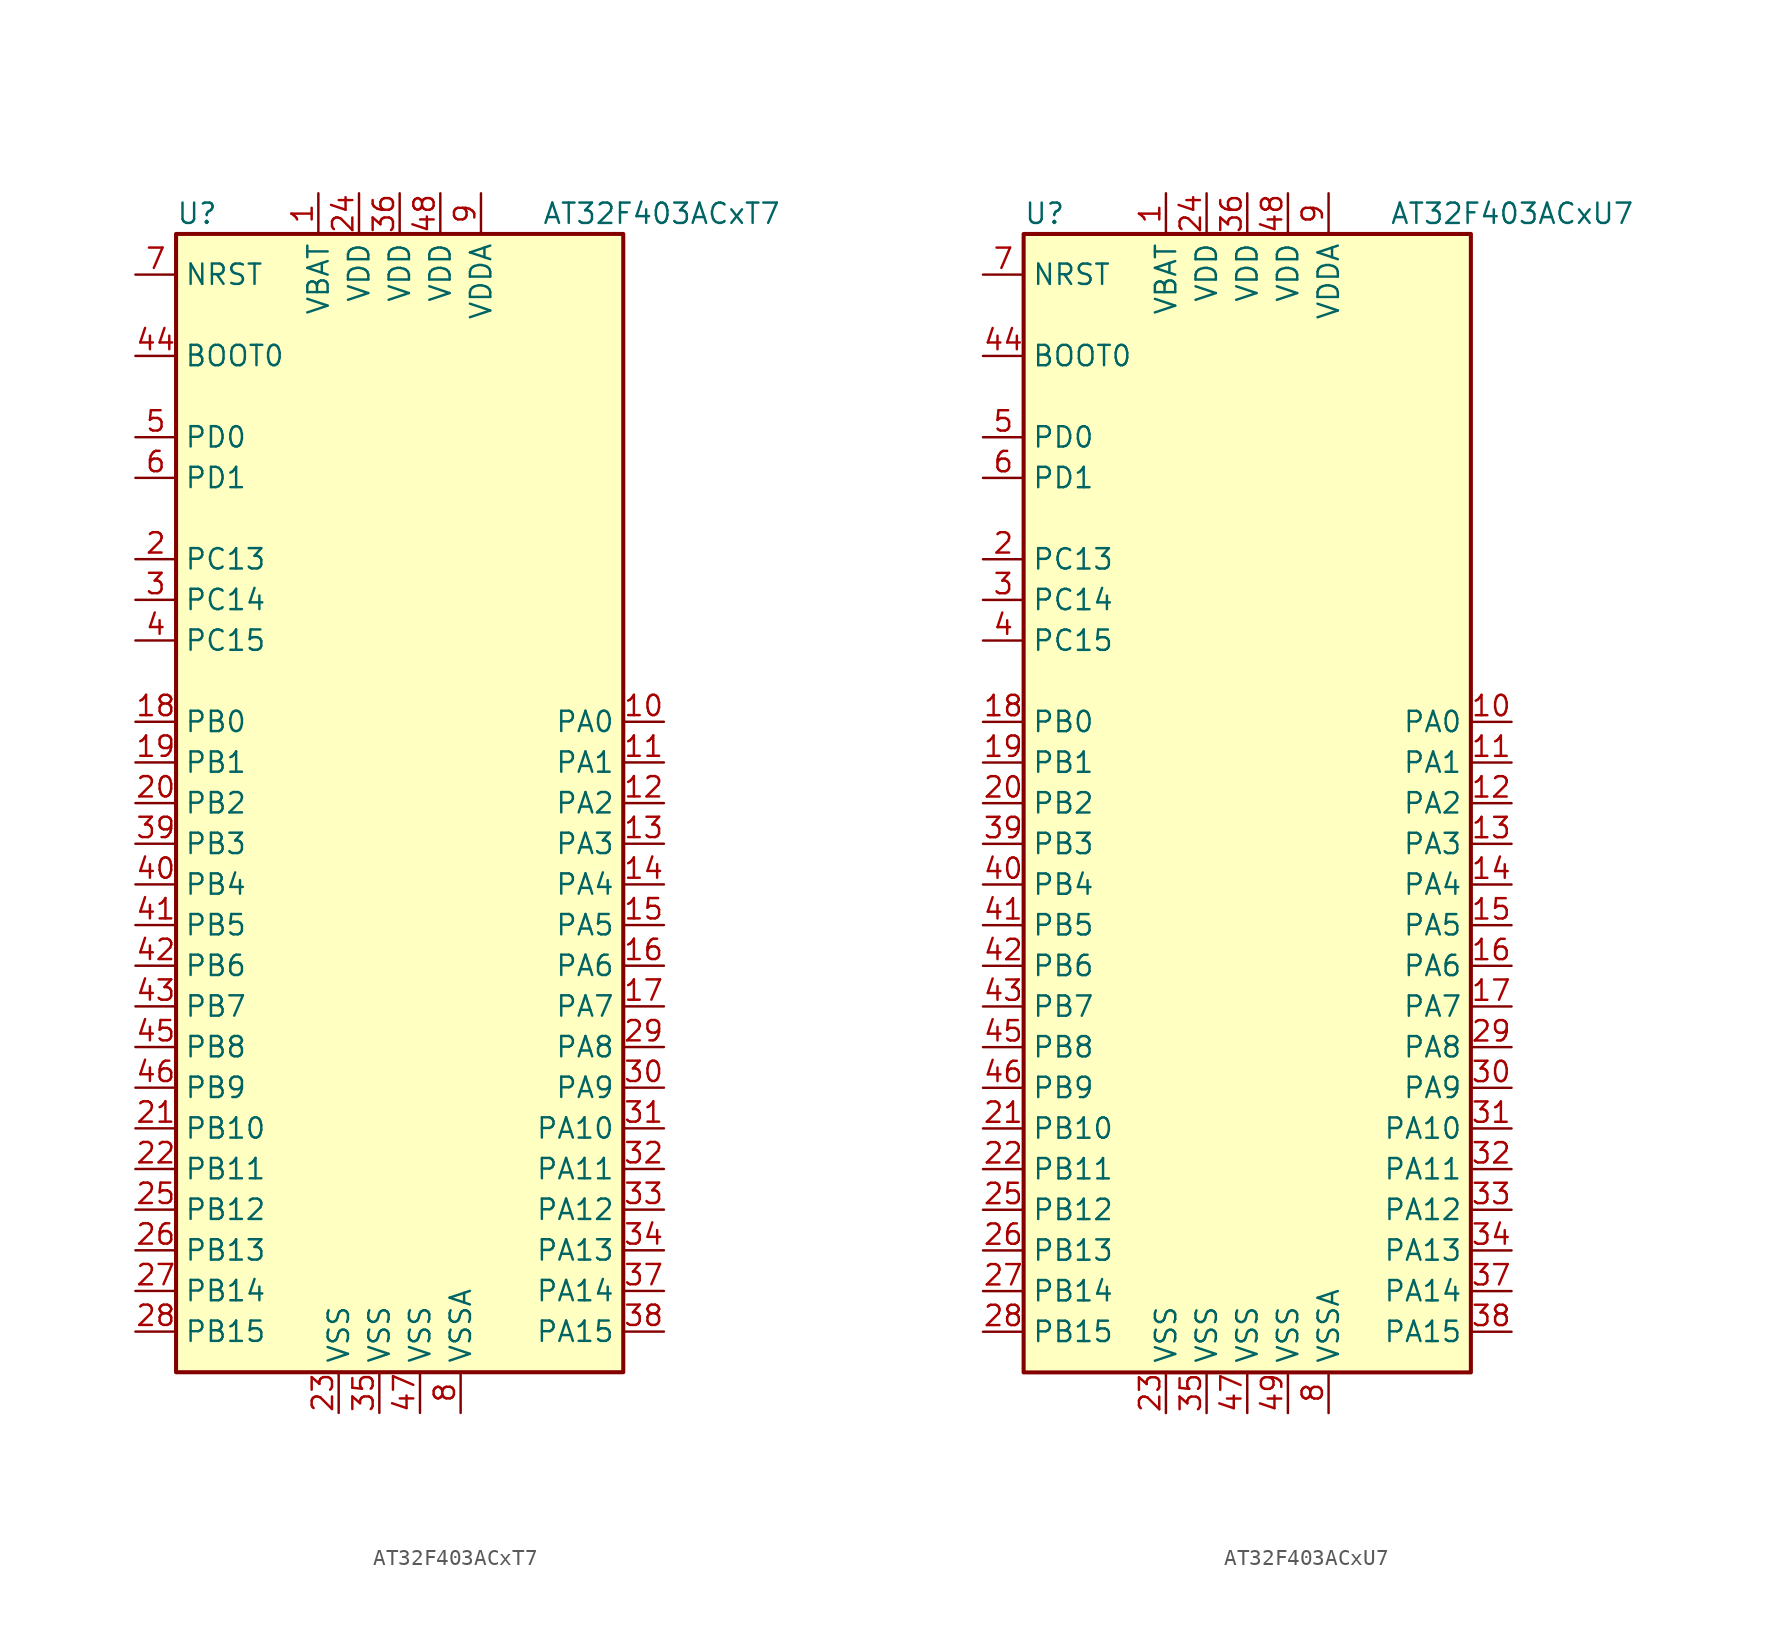
<source format=kicad_sym>
(kicad_symbol_lib
  (version 20220331)
  (generator kicad_symbol_editor)
  (symbol "AT32F403ACxT7"
    (property "Reference" "U"
      (at -13.97 36.83 0)
      (effects (font (size 1.27 1.27)) (justify left)))
    (property "Value" "AT32F403ACxT7"
      (at 8.89 36.83 0)
      (effects (font (size 1.27 1.27)) (justify left)))
    (symbol "AT32F403ACxT7_0_1"
      (rectangle (start -13.97 35.56) (end 13.97 -35.56) (stroke (width 0.254) (type default)) (fill (type background))))
    (symbol "AT32F403ACxT7_1_1"
      (pin power_in line (at -5.08 38.1 270) (length 2.54) (name "VBAT" (effects (font (size 1.27 1.27)))) (number "1" (effects (font (size 1.27 1.27)))))
      (pin bidirectional line (at 16.51 5.08 180) (length 2.54) (name "PA0" (effects (font (size 1.27 1.27)))) (number "10" (effects (font (size 1.27 1.27)))))
      (pin bidirectional line (at 16.51 2.54 180) (length 2.54) (name "PA1" (effects (font (size 1.27 1.27)))) (number "11" (effects (font (size 1.27 1.27)))))
      (pin bidirectional line (at 16.51 0 180) (length 2.54) (name "PA2" (effects (font (size 1.27 1.27)))) (number "12" (effects (font (size 1.27 1.27)))))
      (pin bidirectional line (at 16.51 -2.54 180) (length 2.54) (name "PA3" (effects (font (size 1.27 1.27)))) (number "13" (effects (font (size 1.27 1.27)))))
      (pin bidirectional line (at 16.51 -5.08 180) (length 2.54) (name "PA4" (effects (font (size 1.27 1.27)))) (number "14" (effects (font (size 1.27 1.27)))))
      (pin bidirectional line (at 16.51 -7.62 180) (length 2.54) (name "PA5" (effects (font (size 1.27 1.27)))) (number "15" (effects (font (size 1.27 1.27)))))
      (pin bidirectional line (at 16.51 -10.16 180) (length 2.54) (name "PA6" (effects (font (size 1.27 1.27)))) (number "16" (effects (font (size 1.27 1.27)))))
      (pin bidirectional line (at 16.51 -12.7 180) (length 2.54) (name "PA7" (effects (font (size 1.27 1.27)))) (number "17" (effects (font (size 1.27 1.27)))))
      (pin bidirectional line (at -16.51 5.08 0) (length 2.54) (name "PB0" (effects (font (size 1.27 1.27)))) (number "18" (effects (font (size 1.27 1.27)))))
      (pin bidirectional line (at -16.51 2.54 0) (length 2.54) (name "PB1" (effects (font (size 1.27 1.27)))) (number "19" (effects (font (size 1.27 1.27)))))
      (pin bidirectional line (at -16.51 15.24 0) (length 2.54) (name "PC13" (effects (font (size 1.27 1.27)))) (number "2" (effects (font (size 1.27 1.27)))))
      (pin bidirectional line (at -16.51 0 0) (length 2.54) (name "PB2" (effects (font (size 1.27 1.27)))) (number "20" (effects (font (size 1.27 1.27)))))
      (pin bidirectional line (at -16.51 -20.32 0) (length 2.54) (name "PB10" (effects (font (size 1.27 1.27)))) (number "21" (effects (font (size 1.27 1.27)))))
      (pin bidirectional line (at -16.51 -22.86 0) (length 2.54) (name "PB11" (effects (font (size 1.27 1.27)))) (number "22" (effects (font (size 1.27 1.27)))))
      (pin power_in line (at -3.81 -38.1 90) (length 2.54) (name "VSS" (effects (font (size 1.27 1.27)))) (number "23" (effects (font (size 1.27 1.27)))))
      (pin power_in line (at -2.54 38.1 270) (length 2.54) (name "VDD" (effects (font (size 1.27 1.27)))) (number "24" (effects (font (size 1.27 1.27)))))
      (pin bidirectional line (at -16.51 -25.4 0) (length 2.54) (name "PB12" (effects (font (size 1.27 1.27)))) (number "25" (effects (font (size 1.27 1.27)))))
      (pin bidirectional line (at -16.51 -27.94 0) (length 2.54) (name "PB13" (effects (font (size 1.27 1.27)))) (number "26" (effects (font (size 1.27 1.27)))))
      (pin bidirectional line (at -16.51 -30.48 0) (length 2.54) (name "PB14" (effects (font (size 1.27 1.27)))) (number "27" (effects (font (size 1.27 1.27)))))
      (pin bidirectional line (at -16.51 -33.02 0) (length 2.54) (name "PB15" (effects (font (size 1.27 1.27)))) (number "28" (effects (font (size 1.27 1.27)))))
      (pin bidirectional line (at 16.51 -15.24 180) (length 2.54) (name "PA8" (effects (font (size 1.27 1.27)))) (number "29" (effects (font (size 1.27 1.27)))))
      (pin bidirectional line (at -16.51 12.7 0) (length 2.54) (name "PC14" (effects (font (size 1.27 1.27)))) (number "3" (effects (font (size 1.27 1.27)))))
      (pin bidirectional line (at 16.51 -17.78 180) (length 2.54) (name "PA9" (effects (font (size 1.27 1.27)))) (number "30" (effects (font (size 1.27 1.27)))))
      (pin bidirectional line (at 16.51 -20.32 180) (length 2.54) (name "PA10" (effects (font (size 1.27 1.27)))) (number "31" (effects (font (size 1.27 1.27)))))
      (pin bidirectional line (at 16.51 -22.86 180) (length 2.54) (name "PA11" (effects (font (size 1.27 1.27)))) (number "32" (effects (font (size 1.27 1.27)))))
      (pin bidirectional line (at 16.51 -25.4 180) (length 2.54) (name "PA12" (effects (font (size 1.27 1.27)))) (number "33" (effects (font (size 1.27 1.27)))))
      (pin bidirectional line (at 16.51 -27.94 180) (length 2.54) (name "PA13" (effects (font (size 1.27 1.27)))) (number "34" (effects (font (size 1.27 1.27)))))
      (pin power_in line (at -1.27 -38.1 90) (length 2.54) (name "VSS" (effects (font (size 1.27 1.27)))) (number "35" (effects (font (size 1.27 1.27)))))
      (pin power_in line (at 0 38.1 270) (length 2.54) (name "VDD" (effects (font (size 1.27 1.27)))) (number "36" (effects (font (size 1.27 1.27)))))
      (pin bidirectional line (at 16.51 -30.48 180) (length 2.54) (name "PA14" (effects (font (size 1.27 1.27)))) (number "37" (effects (font (size 1.27 1.27)))))
      (pin bidirectional line (at 16.51 -33.02 180) (length 2.54) (name "PA15" (effects (font (size 1.27 1.27)))) (number "38" (effects (font (size 1.27 1.27)))))
      (pin bidirectional line (at -16.51 -2.54 0) (length 2.54) (name "PB3" (effects (font (size 1.27 1.27)))) (number "39" (effects (font (size 1.27 1.27)))))
      (pin bidirectional line (at -16.51 10.16 0) (length 2.54) (name "PC15" (effects (font (size 1.27 1.27)))) (number "4" (effects (font (size 1.27 1.27)))))
      (pin bidirectional line (at -16.51 -5.08 0) (length 2.54) (name "PB4" (effects (font (size 1.27 1.27)))) (number "40" (effects (font (size 1.27 1.27)))))
      (pin bidirectional line (at -16.51 -7.62 0) (length 2.54) (name "PB5" (effects (font (size 1.27 1.27)))) (number "41" (effects (font (size 1.27 1.27)))))
      (pin bidirectional line (at -16.51 -10.16 0) (length 2.54) (name "PB6" (effects (font (size 1.27 1.27)))) (number "42" (effects (font (size 1.27 1.27)))))
      (pin bidirectional line (at -16.51 -12.7 0) (length 2.54) (name "PB7" (effects (font (size 1.27 1.27)))) (number "43" (effects (font (size 1.27 1.27)))))
      (pin input line (at -16.51 27.94 0) (length 2.54) (name "BOOT0" (effects (font (size 1.27 1.27)))) (number "44" (effects (font (size 1.27 1.27)))))
      (pin bidirectional line (at -16.51 -15.24 0) (length 2.54) (name "PB8" (effects (font (size 1.27 1.27)))) (number "45" (effects (font (size 1.27 1.27)))))
      (pin bidirectional line (at -16.51 -17.78 0) (length 2.54) (name "PB9" (effects (font (size 1.27 1.27)))) (number "46" (effects (font (size 1.27 1.27)))))
      (pin power_in line (at 1.27 -38.1 90) (length 2.54) (name "VSS" (effects (font (size 1.27 1.27)))) (number "47" (effects (font (size 1.27 1.27)))))
      (pin power_in line (at 2.54 38.1 270) (length 2.54) (name "VDD" (effects (font (size 1.27 1.27)))) (number "48" (effects (font (size 1.27 1.27)))))
      (pin input line (at -16.51 22.86 0) (length 2.54) (name "PD0" (effects (font (size 1.27 1.27)))) (number "5" (effects (font (size 1.27 1.27)))))
      (pin input line (at -16.51 20.32 0) (length 2.54) (name "PD1" (effects (font (size 1.27 1.27)))) (number "6" (effects (font (size 1.27 1.27)))))
      (pin input line (at -16.51 33.02 0) (length 2.54) (name "NRST" (effects (font (size 1.27 1.27)))) (number "7" (effects (font (size 1.27 1.27)))))
      (pin power_in line (at 3.81 -38.1 90) (length 2.54) (name "VSSA" (effects (font (size 1.27 1.27)))) (number "8" (effects (font (size 1.27 1.27)))))
      (pin power_in line (at 5.08 38.1 270) (length 2.54) (name "VDDA" (effects (font (size 1.27 1.27)))) (number "9" (effects (font (size 1.27 1.27)))))))
  (symbol "AT32F403ACxU7"
    (property "Reference" "U"
      (at -13.97 36.83 0)
      (effects (font (size 1.27 1.27)) (justify left)))
    (property "Value" "AT32F403ACxU7"
      (at 8.89 36.83 0)
      (effects (font (size 1.27 1.27)) (justify left)))
    (symbol "AT32F403ACxU7_0_1"
      (rectangle (start -13.97 35.56) (end 13.97 -35.56) (stroke (width 0.254) (type default)) (fill (type background))))
    (symbol "AT32F403ACxU7_1_1"
      (pin power_in line (at -5.08 38.1 270) (length 2.54) (name "VBAT" (effects (font (size 1.27 1.27)))) (number "1" (effects (font (size 1.27 1.27)))))
      (pin bidirectional line (at 16.51 5.08 180) (length 2.54) (name "PA0" (effects (font (size 1.27 1.27)))) (number "10" (effects (font (size 1.27 1.27)))))
      (pin bidirectional line (at 16.51 2.54 180) (length 2.54) (name "PA1" (effects (font (size 1.27 1.27)))) (number "11" (effects (font (size 1.27 1.27)))))
      (pin bidirectional line (at 16.51 0 180) (length 2.54) (name "PA2" (effects (font (size 1.27 1.27)))) (number "12" (effects (font (size 1.27 1.27)))))
      (pin bidirectional line (at 16.51 -2.54 180) (length 2.54) (name "PA3" (effects (font (size 1.27 1.27)))) (number "13" (effects (font (size 1.27 1.27)))))
      (pin bidirectional line (at 16.51 -5.08 180) (length 2.54) (name "PA4" (effects (font (size 1.27 1.27)))) (number "14" (effects (font (size 1.27 1.27)))))
      (pin bidirectional line (at 16.51 -7.62 180) (length 2.54) (name "PA5" (effects (font (size 1.27 1.27)))) (number "15" (effects (font (size 1.27 1.27)))))
      (pin bidirectional line (at 16.51 -10.16 180) (length 2.54) (name "PA6" (effects (font (size 1.27 1.27)))) (number "16" (effects (font (size 1.27 1.27)))))
      (pin bidirectional line (at 16.51 -12.7 180) (length 2.54) (name "PA7" (effects (font (size 1.27 1.27)))) (number "17" (effects (font (size 1.27 1.27)))))
      (pin bidirectional line (at -16.51 5.08 0) (length 2.54) (name "PB0" (effects (font (size 1.27 1.27)))) (number "18" (effects (font (size 1.27 1.27)))))
      (pin bidirectional line (at -16.51 2.54 0) (length 2.54) (name "PB1" (effects (font (size 1.27 1.27)))) (number "19" (effects (font (size 1.27 1.27)))))
      (pin bidirectional line (at -16.51 15.24 0) (length 2.54) (name "PC13" (effects (font (size 1.27 1.27)))) (number "2" (effects (font (size 1.27 1.27)))))
      (pin bidirectional line (at -16.51 0 0) (length 2.54) (name "PB2" (effects (font (size 1.27 1.27)))) (number "20" (effects (font (size 1.27 1.27)))))
      (pin bidirectional line (at -16.51 -20.32 0) (length 2.54) (name "PB10" (effects (font (size 1.27 1.27)))) (number "21" (effects (font (size 1.27 1.27)))))
      (pin bidirectional line (at -16.51 -22.86 0) (length 2.54) (name "PB11" (effects (font (size 1.27 1.27)))) (number "22" (effects (font (size 1.27 1.27)))))
      (pin power_in line (at -5.08 -38.1 90) (length 2.54) (name "VSS" (effects (font (size 1.27 1.27)))) (number "23" (effects (font (size 1.27 1.27)))))
      (pin power_in line (at -2.54 38.1 270) (length 2.54) (name "VDD" (effects (font (size 1.27 1.27)))) (number "24" (effects (font (size 1.27 1.27)))))
      (pin bidirectional line (at -16.51 -25.4 0) (length 2.54) (name "PB12" (effects (font (size 1.27 1.27)))) (number "25" (effects (font (size 1.27 1.27)))))
      (pin bidirectional line (at -16.51 -27.94 0) (length 2.54) (name "PB13" (effects (font (size 1.27 1.27)))) (number "26" (effects (font (size 1.27 1.27)))))
      (pin bidirectional line (at -16.51 -30.48 0) (length 2.54) (name "PB14" (effects (font (size 1.27 1.27)))) (number "27" (effects (font (size 1.27 1.27)))))
      (pin bidirectional line (at -16.51 -33.02 0) (length 2.54) (name "PB15" (effects (font (size 1.27 1.27)))) (number "28" (effects (font (size 1.27 1.27)))))
      (pin bidirectional line (at 16.51 -15.24 180) (length 2.54) (name "PA8" (effects (font (size 1.27 1.27)))) (number "29" (effects (font (size 1.27 1.27)))))
      (pin bidirectional line (at -16.51 12.7 0) (length 2.54) (name "PC14" (effects (font (size 1.27 1.27)))) (number "3" (effects (font (size 1.27 1.27)))))
      (pin bidirectional line (at 16.51 -17.78 180) (length 2.54) (name "PA9" (effects (font (size 1.27 1.27)))) (number "30" (effects (font (size 1.27 1.27)))))
      (pin bidirectional line (at 16.51 -20.32 180) (length 2.54) (name "PA10" (effects (font (size 1.27 1.27)))) (number "31" (effects (font (size 1.27 1.27)))))
      (pin bidirectional line (at 16.51 -22.86 180) (length 2.54) (name "PA11" (effects (font (size 1.27 1.27)))) (number "32" (effects (font (size 1.27 1.27)))))
      (pin bidirectional line (at 16.51 -25.4 180) (length 2.54) (name "PA12" (effects (font (size 1.27 1.27)))) (number "33" (effects (font (size 1.27 1.27)))))
      (pin bidirectional line (at 16.51 -27.94 180) (length 2.54) (name "PA13" (effects (font (size 1.27 1.27)))) (number "34" (effects (font (size 1.27 1.27)))))
      (pin power_in line (at -2.54 -38.1 90) (length 2.54) (name "VSS" (effects (font (size 1.27 1.27)))) (number "35" (effects (font (size 1.27 1.27)))))
      (pin power_in line (at 0 38.1 270) (length 2.54) (name "VDD" (effects (font (size 1.27 1.27)))) (number "36" (effects (font (size 1.27 1.27)))))
      (pin bidirectional line (at 16.51 -30.48 180) (length 2.54) (name "PA14" (effects (font (size 1.27 1.27)))) (number "37" (effects (font (size 1.27 1.27)))))
      (pin bidirectional line (at 16.51 -33.02 180) (length 2.54) (name "PA15" (effects (font (size 1.27 1.27)))) (number "38" (effects (font (size 1.27 1.27)))))
      (pin bidirectional line (at -16.51 -2.54 0) (length 2.54) (name "PB3" (effects (font (size 1.27 1.27)))) (number "39" (effects (font (size 1.27 1.27)))))
      (pin bidirectional line (at -16.51 10.16 0) (length 2.54) (name "PC15" (effects (font (size 1.27 1.27)))) (number "4" (effects (font (size 1.27 1.27)))))
      (pin bidirectional line (at -16.51 -5.08 0) (length 2.54) (name "PB4" (effects (font (size 1.27 1.27)))) (number "40" (effects (font (size 1.27 1.27)))))
      (pin bidirectional line (at -16.51 -7.62 0) (length 2.54) (name "PB5" (effects (font (size 1.27 1.27)))) (number "41" (effects (font (size 1.27 1.27)))))
      (pin bidirectional line (at -16.51 -10.16 0) (length 2.54) (name "PB6" (effects (font (size 1.27 1.27)))) (number "42" (effects (font (size 1.27 1.27)))))
      (pin bidirectional line (at -16.51 -12.7 0) (length 2.54) (name "PB7" (effects (font (size 1.27 1.27)))) (number "43" (effects (font (size 1.27 1.27)))))
      (pin input line (at -16.51 27.94 0) (length 2.54) (name "BOOT0" (effects (font (size 1.27 1.27)))) (number "44" (effects (font (size 1.27 1.27)))))
      (pin bidirectional line (at -16.51 -15.24 0) (length 2.54) (name "PB8" (effects (font (size 1.27 1.27)))) (number "45" (effects (font (size 1.27 1.27)))))
      (pin bidirectional line (at -16.51 -17.78 0) (length 2.54) (name "PB9" (effects (font (size 1.27 1.27)))) (number "46" (effects (font (size 1.27 1.27)))))
      (pin power_in line (at 0 -38.1 90) (length 2.54) (name "VSS" (effects (font (size 1.27 1.27)))) (number "47" (effects (font (size 1.27 1.27)))))
      (pin power_in line (at 2.54 38.1 270) (length 2.54) (name "VDD" (effects (font (size 1.27 1.27)))) (number "48" (effects (font (size 1.27 1.27)))))
      (pin power_in line (at 2.54 -38.1 90) (length 2.54) (name "VSS" (effects (font (size 1.27 1.27)))) (number "49" (effects (font (size 1.27 1.27)))))
      (pin input line (at -16.51 22.86 0) (length 2.54) (name "PD0" (effects (font (size 1.27 1.27)))) (number "5" (effects (font (size 1.27 1.27)))))
      (pin input line (at -16.51 20.32 0) (length 2.54) (name "PD1" (effects (font (size 1.27 1.27)))) (number "6" (effects (font (size 1.27 1.27)))))
      (pin input line (at -16.51 33.02 0) (length 2.54) (name "NRST" (effects (font (size 1.27 1.27)))) (number "7" (effects (font (size 1.27 1.27)))))
      (pin power_in line (at 5.08 -38.1 90) (length 2.54) (name "VSSA" (effects (font (size 1.27 1.27)))) (number "8" (effects (font (size 1.27 1.27)))))
      (pin power_in line (at 5.08 38.1 270) (length 2.54) (name "VDDA" (effects (font (size 1.27 1.27)))) (number "9" (effects (font (size 1.27 1.27))))))))
</source>
